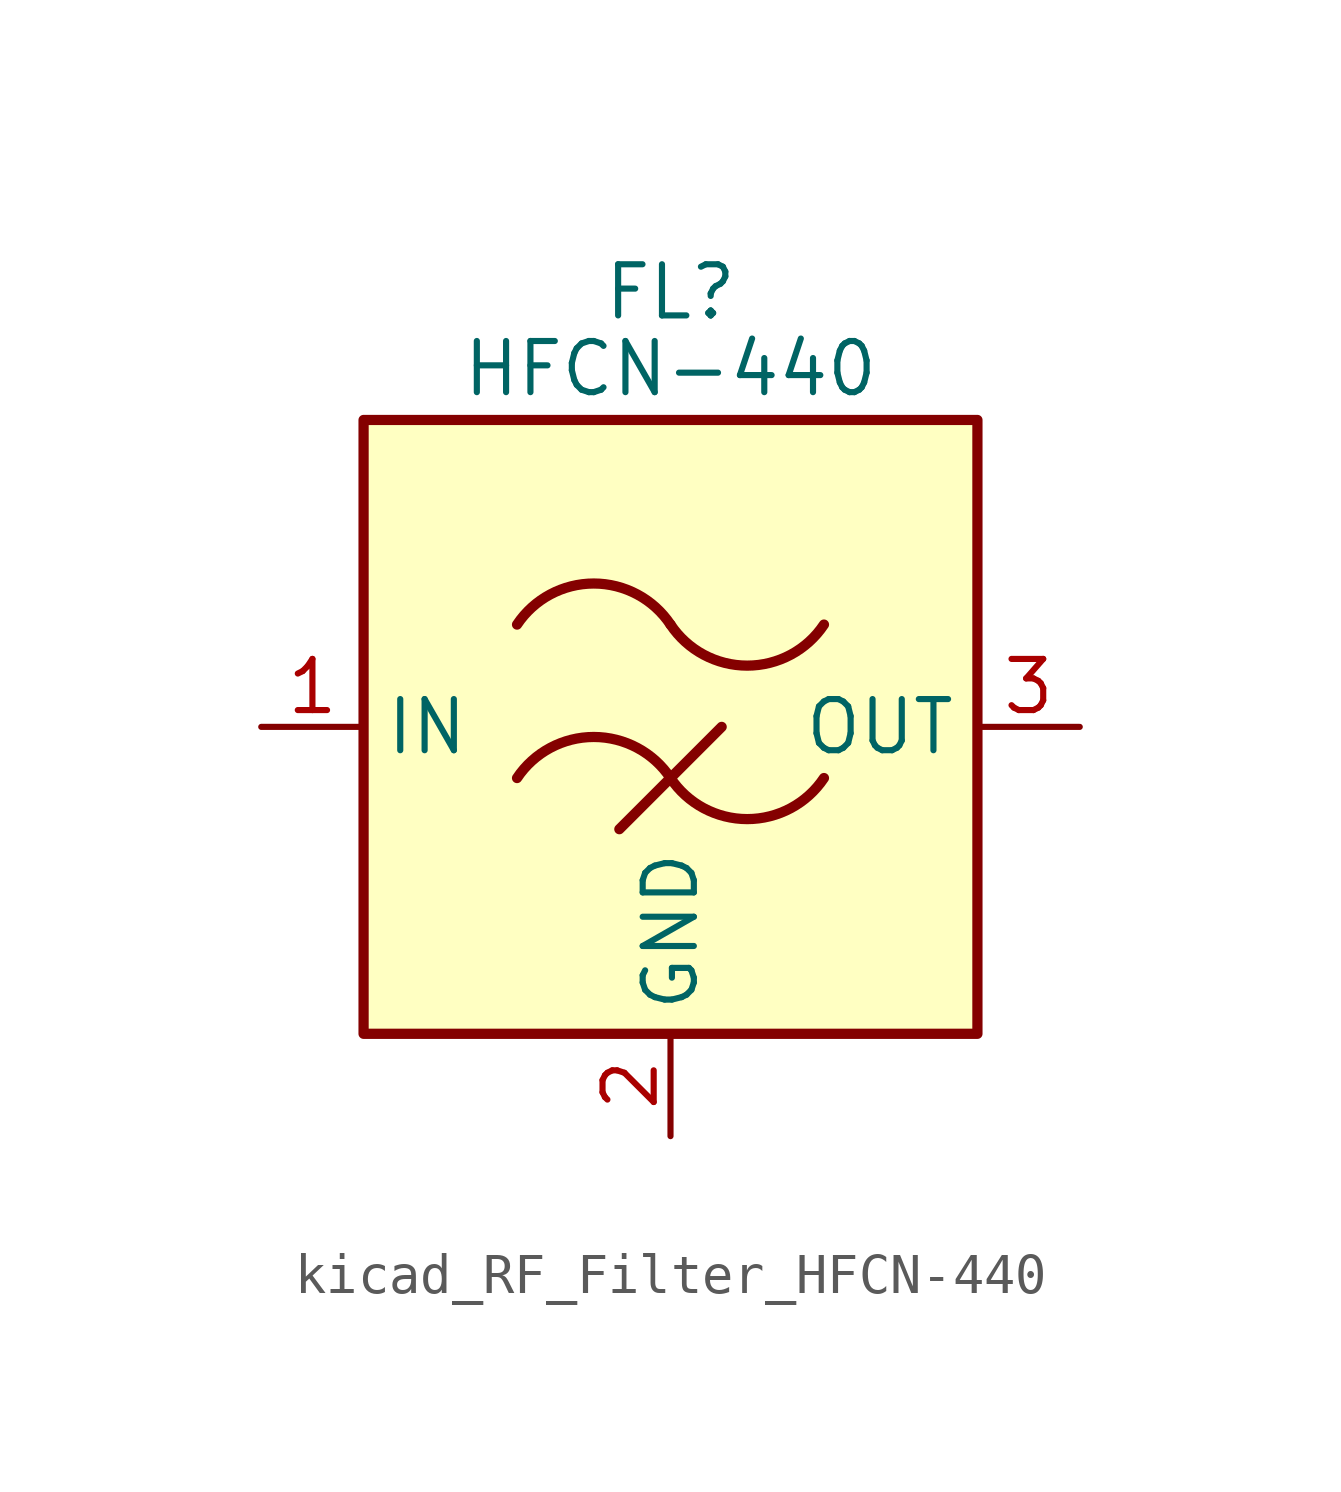
<source format=kicad_sym>
(kicad_symbol_lib
  (version 20220914)
  (generator kicad_symbol_editor)
  (symbol "kicad_RF_Filter_HFCN-440"
    (property "Reference" "FL"
      (at 0 10.795 0)
      (effects (font (size 1.27 1.27))))
    (property "Value" "HFCN-440"
      (at 0 8.89 0)
      (effects (font (size 1.27 1.27))))
    (symbol "kicad_RF_Filter_HFCN-440_0_1"
      (rectangle (start -7.62 7.62) (end 7.62 -7.62) (stroke (width 0.254) (type default)) (fill (type background)))
      (arc (start 0 -1.27) (mid -1.905 -0.2505) (end -3.81 -1.27) (stroke (width 0.254) (type default)) (fill (type none)))
      (arc (start 0 -1.27) (mid 1.905 -2.2895) (end 3.81 -1.27) (stroke (width 0.254) (type default)) (fill (type none)))
      (polyline (pts (xy -1.27 -2.54) (xy 1.27 0)) (stroke (width 0.254) (type default)) (fill (type none)))
      (arc (start 0 2.54) (mid -1.905 3.5595) (end -3.81 2.54) (stroke (width 0.254) (type default)) (fill (type none)))
      (arc (start 0 2.54) (mid 1.905 1.5205) (end 3.81 2.54) (stroke (width 0.254) (type default)) (fill (type none))))
    (symbol "kicad_RF_Filter_HFCN-440_1_1"
      (pin passive line (at -10.16 0 0) (length 2.54) (name "IN" (effects (font (size 1.27 1.27)))) (number "1" (effects (font (size 1.27 1.27)))))
      (pin passive line (at 0 -10.16 90) (length 2.54) (name "GND" (effects (font (size 1.27 1.27)))) (number "2" (effects (font (size 1.27 1.27)))))
      (pin passive line (at 10.16 0 180) (length 2.54) (name "OUT" (effects (font (size 1.27 1.27)))) (number "3" (effects (font (size 1.27 1.27)))))
      (pin passive line (at 0 -10.16 90) (length 2.54) hide (name "GND" (effects (font (size 1.27 1.27)))) (number "4" (effects (font (size 1.27 1.27))))))))
</source>
